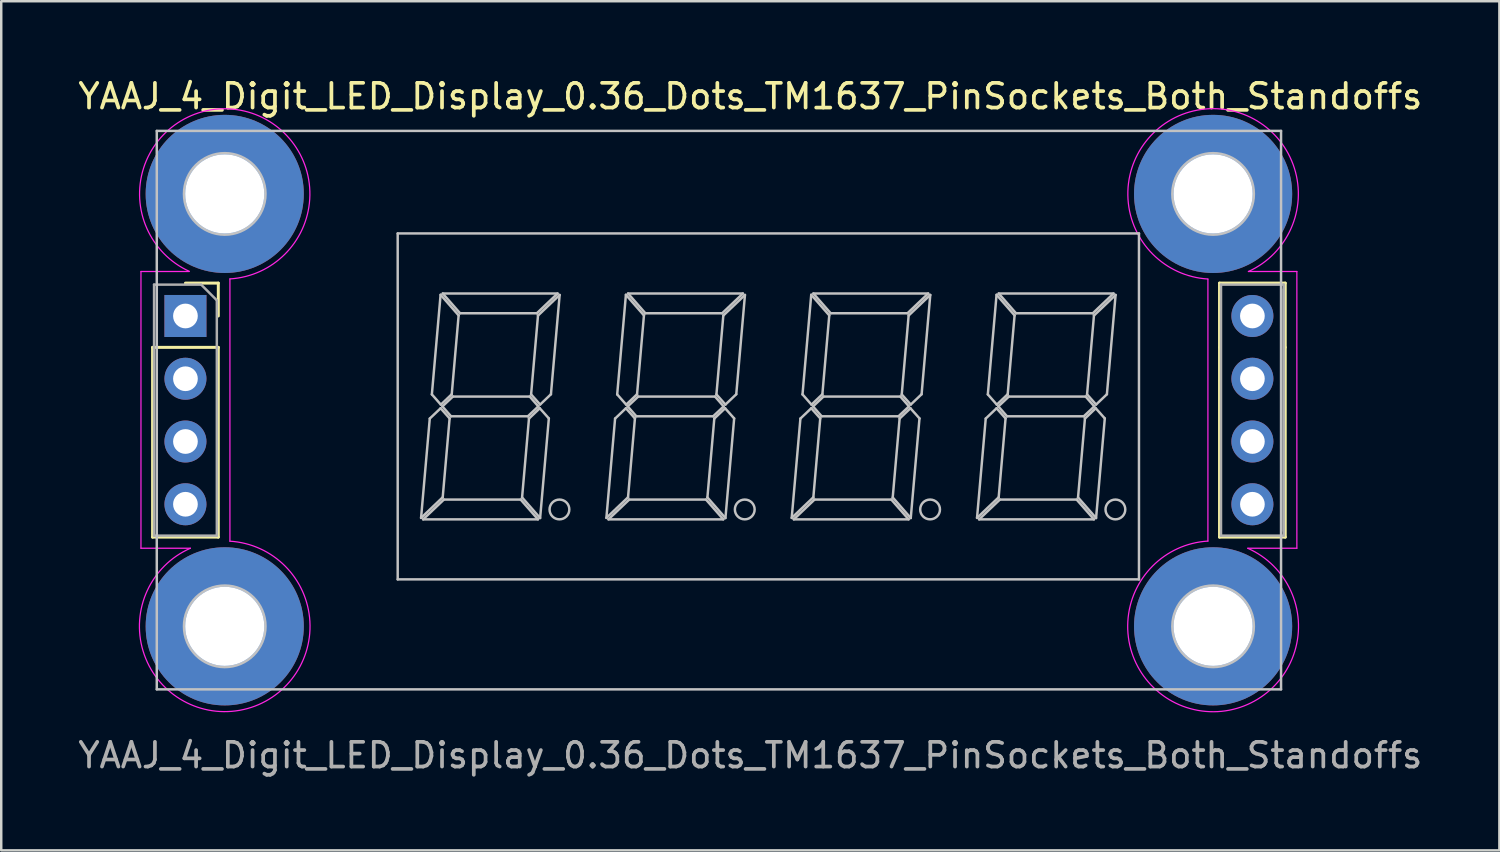
<source format=kicad_pcb>
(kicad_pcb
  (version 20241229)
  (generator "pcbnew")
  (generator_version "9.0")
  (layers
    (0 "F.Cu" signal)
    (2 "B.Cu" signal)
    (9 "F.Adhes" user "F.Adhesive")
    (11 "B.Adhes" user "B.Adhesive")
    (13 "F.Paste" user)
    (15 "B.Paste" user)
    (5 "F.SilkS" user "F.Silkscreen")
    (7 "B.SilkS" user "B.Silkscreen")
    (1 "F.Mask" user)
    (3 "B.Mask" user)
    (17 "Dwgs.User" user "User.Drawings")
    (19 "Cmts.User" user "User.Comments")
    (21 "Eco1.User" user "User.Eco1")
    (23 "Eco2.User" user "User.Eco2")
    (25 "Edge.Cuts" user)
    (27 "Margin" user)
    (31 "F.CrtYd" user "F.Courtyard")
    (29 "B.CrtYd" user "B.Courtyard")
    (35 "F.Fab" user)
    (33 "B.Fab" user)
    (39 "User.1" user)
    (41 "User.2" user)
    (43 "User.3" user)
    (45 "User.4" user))
  (footprint "YAAJ_4_Digit_LED_Display_0.36_Dots_TM1637_PinSockets_Both_Standoffs"
    (layer "F.Cu")
    (at 4.455 9.738)
    (property "Reference" "YAAJ_4_Digit_LED_Display_0.36_Dots_TM1637_PinSockets_Both_Standoffs" (at 22.86 -8.89 0) (layer "F.SilkS") (effects (font (size 1 1) (thickness 0.15))))
    (attr through_hole)
    (fp_line (start -1.33 1.27) (end -1.33 8.95) (stroke (width 0.12) (type solid)) (layer "F.SilkS"))
    (fp_line (start -1.33 1.27) (end 1.33 1.27) (stroke (width 0.12) (type solid)) (layer "F.SilkS"))
    (fp_line (start -1.33 8.95) (end 1.33 8.95) (stroke (width 0.12) (type solid)) (layer "F.SilkS"))
    (fp_line (start 0 -1.33) (end 1.33 -1.33) (stroke (width 0.12) (type solid)) (layer "F.SilkS"))
    (fp_line (start 1.33 -1.33) (end 1.33 0) (stroke (width 0.12) (type solid)) (layer "F.SilkS"))
    (fp_line (start 1.33 1.27) (end 1.33 8.95) (stroke (width 0.12) (type solid)) (layer "F.SilkS"))
    (fp_line (start 41.85 -1.33) (end 44.51 -1.33) (stroke (width 0.12) (type solid)) (layer "F.SilkS"))
    (fp_line (start 41.85 1.27) (end 41.85 -1.33) (stroke (width 0.12) (type solid)) (layer "F.SilkS"))
    (fp_line (start 41.85 1.27) (end 41.85 8.95) (stroke (width 0.12) (type solid)) (layer "F.SilkS"))
    (fp_line (start 41.85 8.95) (end 44.51 8.95) (stroke (width 0.12) (type solid)) (layer "F.SilkS"))
    (fp_line (start 44.51 1.27) (end 44.51 -1.33) (stroke (width 0.12) (type solid)) (layer "F.SilkS"))
    (fp_line (start 44.51 1.27) (end 44.51 8.95) (stroke (width 0.12) (type solid)) (layer "F.SilkS"))
    (fp_line (start -1.16 -7.49) (end -1.16 15.11) (stroke (width 0.1) (type solid)) (layer "Dwgs.User"))
    (fp_line (start -1.16 15.11) (end 44.34 15.11) (stroke (width 0.1) (type solid)) (layer "Dwgs.User"))
    (fp_line (start 8.59 -3.34) (end 8.59 10.66) (stroke (width 0.1) (type solid)) (layer "Dwgs.User"))
    (fp_line (start 8.59 10.66) (end 38.59 10.66) (stroke (width 0.1) (type solid)) (layer "Dwgs.User"))
    (fp_line (start 9.536 8.172) (end 10.412 7.338) (stroke (width 0.1) (type solid)) (layer "Dwgs.User"))
    (fp_line (start 9.62 8.23) (end 14.267 8.23) (stroke (width 0.1) (type solid)) (layer "Dwgs.User"))
    (fp_line (start 9.888 4.152) (end 9.536 8.172) (stroke (width 0.1) (type solid)) (layer "Dwgs.User"))
    (fp_line (start 9.973 3.174) (end 10.336 3.588) (stroke (width 0.1) (type solid)) (layer "Dwgs.User"))
    (fp_line (start 10.326 3.735) (end 9.888 4.152) (stroke (width 0.1) (type solid)) (layer "Dwgs.User"))
    (fp_line (start 10.326 -0.858) (end 9.973 3.174) (stroke (width 0.1) (type solid)) (layer "Dwgs.User"))
    (fp_line (start 10.336 3.588) (end 10.777 3.168) (stroke (width 0.1) (type solid)) (layer "Dwgs.User"))
    (fp_line (start 10.399 3.66) (end 10.749 4.06) (stroke (width 0.1) (type solid)) (layer "Dwgs.User"))
    (fp_line (start 10.412 7.338) (end 10.691 4.146) (stroke (width 0.1) (type solid)) (layer "Dwgs.User"))
    (fp_line (start 10.413 -0.91) (end 11.114 -0.11) (stroke (width 0.1) (type solid)) (layer "Dwgs.User"))
    (fp_line (start 10.46 7.43) (end 9.62 8.23) (stroke (width 0.1) (type solid)) (layer "Dwgs.User"))
    (fp_line (start 10.691 4.146) (end 10.326 3.735) (stroke (width 0.1) (type solid)) (layer "Dwgs.User"))
    (fp_line (start 10.749 4.06) (end 13.855 4.06) (stroke (width 0.1) (type solid)) (layer "Dwgs.User"))
    (fp_line (start 10.777 3.168) (end 11.056 -0.024) (stroke (width 0.1) (type solid)) (layer "Dwgs.User"))
    (fp_line (start 10.825 3.26) (end 10.399 3.66) (stroke (width 0.1) (type solid)) (layer "Dwgs.User"))
    (fp_line (start 11.056 -0.024) (end 10.326 -0.858) (stroke (width 0.1) (type solid)) (layer "Dwgs.User"))
    (fp_line (start 11.114 -0.11) (end 14.22 -0.11) (stroke (width 0.1) (type solid)) (layer "Dwgs.User"))
    (fp_line (start 13.566 7.43) (end 10.46 7.43) (stroke (width 0.1) (type solid)) (layer "Dwgs.User"))
    (fp_line (start 13.624 7.344) (end 14.354 8.178) (stroke (width 0.1) (type solid)) (layer "Dwgs.User"))
    (fp_line (start 13.855 4.06) (end 14.281 3.66) (stroke (width 0.1) (type solid)) (layer "Dwgs.User"))
    (fp_line (start 13.903 4.152) (end 13.624 7.344) (stroke (width 0.1) (type solid)) (layer "Dwgs.User"))
    (fp_line (start 13.931 3.26) (end 10.825 3.26) (stroke (width 0.1) (type solid)) (layer "Dwgs.User"))
    (fp_line (start 13.989 3.174) (end 14.354 3.585) (stroke (width 0.1) (type solid)) (layer "Dwgs.User"))
    (fp_line (start 14.22 -0.11) (end 15.06 -0.91) (stroke (width 0.1) (type solid)) (layer "Dwgs.User"))
    (fp_line (start 14.267 8.23) (end 13.566 7.43) (stroke (width 0.1) (type solid)) (layer "Dwgs.User"))
    (fp_line (start 14.268 -0.018) (end 13.989 3.174) (stroke (width 0.1) (type solid)) (layer "Dwgs.User"))
    (fp_line (start 14.281 3.66) (end 13.931 3.26) (stroke (width 0.1) (type solid)) (layer "Dwgs.User"))
    (fp_line (start 14.341 3.735) (end 13.903 4.152) (stroke (width 0.1) (type solid)) (layer "Dwgs.User"))
    (fp_line (start 14.354 8.178) (end 14.707 4.146) (stroke (width 0.1) (type solid)) (layer "Dwgs.User"))
    (fp_line (start 14.354 3.585) (end 14.792 3.168) (stroke (width 0.1) (type solid)) (layer "Dwgs.User"))
    (fp_line (start 14.707 4.146) (end 14.341 3.735) (stroke (width 0.1) (type solid)) (layer "Dwgs.User"))
    (fp_line (start 14.792 3.168) (end 15.144 -0.852) (stroke (width 0.1) (type solid)) (layer "Dwgs.User"))
    (fp_line (start 15.06 -0.91) (end 10.413 -0.91) (stroke (width 0.1) (type solid)) (layer "Dwgs.User"))
    (fp_line (start 15.144 -0.852) (end 14.268 -0.018) (stroke (width 0.1) (type solid)) (layer "Dwgs.User"))
    (fp_line (start 17.036 8.172) (end 17.912 7.338) (stroke (width 0.1) (type solid)) (layer "Dwgs.User"))
    (fp_line (start 17.12 8.23) (end 21.767 8.23) (stroke (width 0.1) (type solid)) (layer "Dwgs.User"))
    (fp_line (start 17.388 4.152) (end 17.036 8.172) (stroke (width 0.1) (type solid)) (layer "Dwgs.User"))
    (fp_line (start 17.473 3.174) (end 17.836 3.588) (stroke (width 0.1) (type solid)) (layer "Dwgs.User"))
    (fp_line (start 17.826 3.735) (end 17.388 4.152) (stroke (width 0.1) (type solid)) (layer "Dwgs.User"))
    (fp_line (start 17.826 -0.858) (end 17.473 3.174) (stroke (width 0.1) (type solid)) (layer "Dwgs.User"))
    (fp_line (start 17.836 3.588) (end 18.277 3.168) (stroke (width 0.1) (type solid)) (layer "Dwgs.User"))
    (fp_line (start 17.899 3.66) (end 18.249 4.06) (stroke (width 0.1) (type solid)) (layer "Dwgs.User"))
    (fp_line (start 17.912 7.338) (end 18.191 4.146) (stroke (width 0.1) (type solid)) (layer "Dwgs.User"))
    (fp_line (start 17.913 -0.91) (end 18.614 -0.11) (stroke (width 0.1) (type solid)) (layer "Dwgs.User"))
    (fp_line (start 17.96 7.43) (end 17.12 8.23) (stroke (width 0.1) (type solid)) (layer "Dwgs.User"))
    (fp_line (start 18.191 4.146) (end 17.826 3.735) (stroke (width 0.1) (type solid)) (layer "Dwgs.User"))
    (fp_line (start 18.249 4.06) (end 21.355 4.06) (stroke (width 0.1) (type solid)) (layer "Dwgs.User"))
    (fp_line (start 18.277 3.168) (end 18.556 -0.024) (stroke (width 0.1) (type solid)) (layer "Dwgs.User"))
    (fp_line (start 18.325 3.26) (end 17.899 3.66) (stroke (width 0.1) (type solid)) (layer "Dwgs.User"))
    (fp_line (start 18.556 -0.024) (end 17.826 -0.858) (stroke (width 0.1) (type solid)) (layer "Dwgs.User"))
    (fp_line (start 18.614 -0.11) (end 21.72 -0.11) (stroke (width 0.1) (type solid)) (layer "Dwgs.User"))
    (fp_line (start 21.066 7.43) (end 17.96 7.43) (stroke (width 0.1) (type solid)) (layer "Dwgs.User"))
    (fp_line (start 21.124 7.344) (end 21.854 8.178) (stroke (width 0.1) (type solid)) (layer "Dwgs.User"))
    (fp_line (start 21.355 4.06) (end 21.781 3.66) (stroke (width 0.1) (type solid)) (layer "Dwgs.User"))
    (fp_line (start 21.403 4.152) (end 21.124 7.344) (stroke (width 0.1) (type solid)) (layer "Dwgs.User"))
    (fp_line (start 21.431 3.26) (end 18.325 3.26) (stroke (width 0.1) (type solid)) (layer "Dwgs.User"))
    (fp_line (start 21.489 3.174) (end 21.854 3.585) (stroke (width 0.1) (type solid)) (layer "Dwgs.User"))
    (fp_line (start 21.72 -0.11) (end 22.56 -0.91) (stroke (width 0.1) (type solid)) (layer "Dwgs.User"))
    (fp_line (start 21.767 8.23) (end 21.066 7.43) (stroke (width 0.1) (type solid)) (layer "Dwgs.User"))
    (fp_line (start 21.768 -0.018) (end 21.489 3.174) (stroke (width 0.1) (type solid)) (layer "Dwgs.User"))
    (fp_line (start 21.781 3.66) (end 21.431 3.26) (stroke (width 0.1) (type solid)) (layer "Dwgs.User"))
    (fp_line (start 21.841 3.735) (end 21.403 4.152) (stroke (width 0.1) (type solid)) (layer "Dwgs.User"))
    (fp_line (start 21.854 8.178) (end 22.207 4.146) (stroke (width 0.1) (type solid)) (layer "Dwgs.User"))
    (fp_line (start 21.854 3.585) (end 22.292 3.168) (stroke (width 0.1) (type solid)) (layer "Dwgs.User"))
    (fp_line (start 22.207 4.146) (end 21.841 3.735) (stroke (width 0.1) (type solid)) (layer "Dwgs.User"))
    (fp_line (start 22.292 3.168) (end 22.644 -0.852) (stroke (width 0.1) (type solid)) (layer "Dwgs.User"))
    (fp_line (start 22.56 -0.91) (end 17.913 -0.91) (stroke (width 0.1) (type solid)) (layer "Dwgs.User"))
    (fp_line (start 22.644 -0.852) (end 21.768 -0.018) (stroke (width 0.1) (type solid)) (layer "Dwgs.User"))
    (fp_line (start 24.536 8.172) (end 25.412 7.338) (stroke (width 0.1) (type solid)) (layer "Dwgs.User"))
    (fp_line (start 24.62 8.23) (end 29.267 8.23) (stroke (width 0.1) (type solid)) (layer "Dwgs.User"))
    (fp_line (start 24.888 4.152) (end 24.536 8.172) (stroke (width 0.1) (type solid)) (layer "Dwgs.User"))
    (fp_line (start 24.973 3.174) (end 25.336 3.588) (stroke (width 0.1) (type solid)) (layer "Dwgs.User"))
    (fp_line (start 25.326 3.735) (end 24.888 4.152) (stroke (width 0.1) (type solid)) (layer "Dwgs.User"))
    (fp_line (start 25.326 -0.858) (end 24.973 3.174) (stroke (width 0.1) (type solid)) (layer "Dwgs.User"))
    (fp_line (start 25.336 3.588) (end 25.777 3.168) (stroke (width 0.1) (type solid)) (layer "Dwgs.User"))
    (fp_line (start 25.399 3.66) (end 25.749 4.06) (stroke (width 0.1) (type solid)) (layer "Dwgs.User"))
    (fp_line (start 25.412 7.338) (end 25.691 4.146) (stroke (width 0.1) (type solid)) (layer "Dwgs.User"))
    (fp_line (start 25.413 -0.91) (end 26.114 -0.11) (stroke (width 0.1) (type solid)) (layer "Dwgs.User"))
    (fp_line (start 25.46 7.43) (end 24.62 8.23) (stroke (width 0.1) (type solid)) (layer "Dwgs.User"))
    (fp_line (start 25.691 4.146) (end 25.326 3.735) (stroke (width 0.1) (type solid)) (layer "Dwgs.User"))
    (fp_line (start 25.749 4.06) (end 28.855 4.06) (stroke (width 0.1) (type solid)) (layer "Dwgs.User"))
    (fp_line (start 25.777 3.168) (end 26.056 -0.024) (stroke (width 0.1) (type solid)) (layer "Dwgs.User"))
    (fp_line (start 25.825 3.26) (end 25.399 3.66) (stroke (width 0.1) (type solid)) (layer "Dwgs.User"))
    (fp_line (start 26.056 -0.024) (end 25.326 -0.858) (stroke (width 0.1) (type solid)) (layer "Dwgs.User"))
    (fp_line (start 26.114 -0.11) (end 29.22 -0.11) (stroke (width 0.1) (type solid)) (layer "Dwgs.User"))
    (fp_line (start 28.566 7.43) (end 25.46 7.43) (stroke (width 0.1) (type solid)) (layer "Dwgs.User"))
    (fp_line (start 28.624 7.344) (end 29.354 8.178) (stroke (width 0.1) (type solid)) (layer "Dwgs.User"))
    (fp_line (start 28.855 4.06) (end 29.281 3.66) (stroke (width 0.1) (type solid)) (layer "Dwgs.User"))
    (fp_line (start 28.903 4.152) (end 28.624 7.344) (stroke (width 0.1) (type solid)) (layer "Dwgs.User"))
    (fp_line (start 28.931 3.26) (end 25.825 3.26) (stroke (width 0.1) (type solid)) (layer "Dwgs.User"))
    (fp_line (start 28.989 3.174) (end 29.354 3.585) (stroke (width 0.1) (type solid)) (layer "Dwgs.User"))
    (fp_line (start 29.22 -0.11) (end 30.06 -0.91) (stroke (width 0.1) (type solid)) (layer "Dwgs.User"))
    (fp_line (start 29.267 8.23) (end 28.566 7.43) (stroke (width 0.1) (type solid)) (layer "Dwgs.User"))
    (fp_line (start 29.268 -0.018) (end 28.989 3.174) (stroke (width 0.1) (type solid)) (layer "Dwgs.User"))
    (fp_line (start 29.281 3.66) (end 28.931 3.26) (stroke (width 0.1) (type solid)) (layer "Dwgs.User"))
    (fp_line (start 29.341 3.735) (end 28.903 4.152) (stroke (width 0.1) (type solid)) (layer "Dwgs.User"))
    (fp_line (start 29.354 8.178) (end 29.707 4.146) (stroke (width 0.1) (type solid)) (layer "Dwgs.User"))
    (fp_line (start 29.354 3.585) (end 29.792 3.168) (stroke (width 0.1) (type solid)) (layer "Dwgs.User"))
    (fp_line (start 29.707 4.146) (end 29.341 3.735) (stroke (width 0.1) (type solid)) (layer "Dwgs.User"))
    (fp_line (start 29.792 3.168) (end 30.144 -0.852) (stroke (width 0.1) (type solid)) (layer "Dwgs.User"))
    (fp_line (start 30.06 -0.91) (end 25.413 -0.91) (stroke (width 0.1) (type solid)) (layer "Dwgs.User"))
    (fp_line (start 30.144 -0.852) (end 29.268 -0.018) (stroke (width 0.1) (type solid)) (layer "Dwgs.User"))
    (fp_line (start 32.036 8.172) (end 32.912 7.338) (stroke (width 0.1) (type solid)) (layer "Dwgs.User"))
    (fp_line (start 32.12 8.23) (end 36.767 8.23) (stroke (width 0.1) (type solid)) (layer "Dwgs.User"))
    (fp_line (start 32.388 4.152) (end 32.036 8.172) (stroke (width 0.1) (type solid)) (layer "Dwgs.User"))
    (fp_line (start 32.473 3.174) (end 32.836 3.588) (stroke (width 0.1) (type solid)) (layer "Dwgs.User"))
    (fp_line (start 32.826 3.735) (end 32.388 4.152) (stroke (width 0.1) (type solid)) (layer "Dwgs.User"))
    (fp_line (start 32.826 -0.858) (end 32.473 3.174) (stroke (width 0.1) (type solid)) (layer "Dwgs.User"))
    (fp_line (start 32.836 3.588) (end 33.277 3.168) (stroke (width 0.1) (type solid)) (layer "Dwgs.User"))
    (fp_line (start 32.899 3.66) (end 33.249 4.06) (stroke (width 0.1) (type solid)) (layer "Dwgs.User"))
    (fp_line (start 32.912 7.338) (end 33.191 4.146) (stroke (width 0.1) (type solid)) (layer "Dwgs.User"))
    (fp_line (start 32.913 -0.91) (end 33.614 -0.11) (stroke (width 0.1) (type solid)) (layer "Dwgs.User"))
    (fp_line (start 32.96 7.43) (end 32.12 8.23) (stroke (width 0.1) (type solid)) (layer "Dwgs.User"))
    (fp_line (start 33.191 4.146) (end 32.826 3.735) (stroke (width 0.1) (type solid)) (layer "Dwgs.User"))
    (fp_line (start 33.249 4.06) (end 36.355 4.06) (stroke (width 0.1) (type solid)) (layer "Dwgs.User"))
    (fp_line (start 33.277 3.168) (end 33.556 -0.024) (stroke (width 0.1) (type solid)) (layer "Dwgs.User"))
    (fp_line (start 33.325 3.26) (end 32.899 3.66) (stroke (width 0.1) (type solid)) (layer "Dwgs.User"))
    (fp_line (start 33.556 -0.024) (end 32.826 -0.858) (stroke (width 0.1) (type solid)) (layer "Dwgs.User"))
    (fp_line (start 33.614 -0.11) (end 36.72 -0.11) (stroke (width 0.1) (type solid)) (layer "Dwgs.User"))
    (fp_line (start 36.066 7.43) (end 32.96 7.43) (stroke (width 0.1) (type solid)) (layer "Dwgs.User"))
    (fp_line (start 36.124 7.344) (end 36.854 8.178) (stroke (width 0.1) (type solid)) (layer "Dwgs.User"))
    (fp_line (start 36.355 4.06) (end 36.781 3.66) (stroke (width 0.1) (type solid)) (layer "Dwgs.User"))
    (fp_line (start 36.403 4.152) (end 36.124 7.344) (stroke (width 0.1) (type solid)) (layer "Dwgs.User"))
    (fp_line (start 36.431 3.26) (end 33.325 3.26) (stroke (width 0.1) (type solid)) (layer "Dwgs.User"))
    (fp_line (start 36.489 3.174) (end 36.854 3.585) (stroke (width 0.1) (type solid)) (layer "Dwgs.User"))
    (fp_line (start 36.72 -0.11) (end 37.56 -0.91) (stroke (width 0.1) (type solid)) (layer "Dwgs.User"))
    (fp_line (start 36.767 8.23) (end 36.066 7.43) (stroke (width 0.1) (type solid)) (layer "Dwgs.User"))
    (fp_line (start 36.768 -0.018) (end 36.489 3.174) (stroke (width 0.1) (type solid)) (layer "Dwgs.User"))
    (fp_line (start 36.781 3.66) (end 36.431 3.26) (stroke (width 0.1) (type solid)) (layer "Dwgs.User"))
    (fp_line (start 36.841 3.735) (end 36.403 4.152) (stroke (width 0.1) (type solid)) (layer "Dwgs.User"))
    (fp_line (start 36.854 8.178) (end 37.207 4.146) (stroke (width 0.1) (type solid)) (layer "Dwgs.User"))
    (fp_line (start 36.854 3.585) (end 37.292 3.168) (stroke (width 0.1) (type solid)) (layer "Dwgs.User"))
    (fp_line (start 37.207 4.146) (end 36.841 3.735) (stroke (width 0.1) (type solid)) (layer "Dwgs.User"))
    (fp_line (start 37.292 3.168) (end 37.644 -0.852) (stroke (width 0.1) (type solid)) (layer "Dwgs.User"))
    (fp_line (start 37.56 -0.91) (end 32.913 -0.91) (stroke (width 0.1) (type solid)) (layer "Dwgs.User"))
    (fp_line (start 37.644 -0.852) (end 36.768 -0.018) (stroke (width 0.1) (type solid)) (layer "Dwgs.User"))
    (fp_line (start 38.59 -3.34) (end 8.59 -3.34) (stroke (width 0.1) (type solid)) (layer "Dwgs.User"))
    (fp_line (start 38.59 10.66) (end 38.59 -3.34) (stroke (width 0.1) (type solid)) (layer "Dwgs.User"))
    (fp_line (start 44.34 -7.49) (end -1.16 -7.49) (stroke (width 0.1) (type solid)) (layer "Dwgs.User"))
    (fp_line (start 44.34 15.11) (end 44.34 -7.49) (stroke (width 0.1) (type solid)) (layer "Dwgs.User"))
    (fp_circle (center 1.59 -4.94) (end 3.24 -4.94) (stroke (width 0.1) (type solid)) (fill no) (layer "Dwgs.User"))
    (fp_circle (center 1.59 12.56) (end 3.24 12.56) (stroke (width 0.1) (type solid)) (fill no) (layer "Dwgs.User"))
    (fp_circle (center 15.136 7.83) (end 15.536 7.83) (stroke (width 0.1) (type solid)) (fill no) (layer "Dwgs.User"))
    (fp_circle (center 22.636 7.83) (end 23.036 7.83) (stroke (width 0.1) (type solid)) (fill no) (layer "Dwgs.User"))
    (fp_circle (center 30.136 7.83) (end 30.536 7.83) (stroke (width 0.1) (type solid)) (fill no) (layer "Dwgs.User"))
    (fp_circle (center 37.636 7.83) (end 38.036 7.83) (stroke (width 0.1) (type solid)) (fill no) (layer "Dwgs.User"))
    (fp_circle (center 41.59 -4.94) (end 43.24 -4.94) (stroke (width 0.1) (type solid)) (fill no) (layer "Dwgs.User"))
    (fp_circle (center 41.59 12.56) (end 43.24 12.56) (stroke (width 0.1) (type solid)) (fill no) (layer "Dwgs.User"))
    (fp_line (start -1.8 -1.8) (end -1.8 9.4) (stroke (width 0.05) (type solid)) (layer "F.CrtYd"))
    (fp_line (start -1.8 9.4) (end 0.2 9.4) (stroke (width 0.05) (type solid)) (layer "F.CrtYd"))
    (fp_line (start 0.15 -1.8) (end -1.8 -1.8) (stroke (width 0.05) (type solid)) (layer "F.CrtYd"))
    (fp_line (start 1.8 9.114) (end 1.8 -1.5) (stroke (width 0.05) (type solid)) (layer "F.CrtYd"))
    (fp_line (start 41.38 -1.49) (end 41.38 9.11) (stroke (width 0.05) (type solid)) (layer "F.CrtYd"))
    (fp_line (start 43 9.4) (end 44.98 9.4) (stroke (width 0.05) (type solid)) (layer "F.CrtYd"))
    (fp_line (start 44.98 -1.8) (end 43.02 -1.8) (stroke (width 0.05) (type solid)) (layer "F.CrtYd"))
    (fp_line (start 44.98 9.4) (end 44.98 -1.8) (stroke (width 0.05) (type solid)) (layer "F.CrtYd"))
    (fp_arc (start 0.153351 -1.807311) (mid 2.222279 -8.327908) (end 1.8 -1.5) (stroke (width 0.05) (type solid)) (layer "F.CrtYd"))
    (fp_arc (start 1.799746 9.114175) (mid 2.197185 15.958386) (end 0.2 9.4) (stroke (width 0.05) (type solid)) (layer "F.CrtYd"))
    (fp_arc (start 41.379763 -1.496121) (mid 40.961477 -8.33256) (end 43.02 -1.8) (stroke (width 0.05) (type solid)) (layer "F.CrtYd"))
    (fp_arc (start 42.990059 9.399868) (mid 40.977574 15.961696) (end 41.38 9.11) (stroke (width 0.05) (type solid)) (layer "F.CrtYd"))
    (fp_line (start -1.27 -1.27) (end 0.635 -1.27) (stroke (width 0.1) (type solid)) (layer "F.Fab"))
    (fp_line (start -1.27 8.89) (end -1.27 -1.27) (stroke (width 0.1) (type solid)) (layer "F.Fab"))
    (fp_line (start 0.635 -1.27) (end 1.27 -0.635) (stroke (width 0.1) (type solid)) (layer "F.Fab"))
    (fp_line (start 1.27 -0.635) (end 1.27 8.89) (stroke (width 0.1) (type solid)) (layer "F.Fab"))
    (fp_line (start 1.27 8.89) (end -1.27 8.89) (stroke (width 0.1) (type solid)) (layer "F.Fab"))
    (fp_line (start 41.91 -1.27) (end 44.45 -1.27) (stroke (width 0.1) (type solid)) (layer "F.Fab"))
    (fp_line (start 41.91 8.89) (end 41.91 -1.27) (stroke (width 0.1) (type solid)) (layer "F.Fab"))
    (fp_line (start 44.45 -1.27) (end 44.45 8.89) (stroke (width 0.1) (type solid)) (layer "F.Fab"))
    (fp_line (start 44.45 -1.08) (end 44.45 8.7) (stroke (width 0.1) (type solid)) (layer "F.Fab"))
    (fp_line (start 44.45 8.89) (end 41.91 8.89) (stroke (width 0.1) (type solid)) (layer "F.Fab"))
    (fp_text user "YAAJ_4_Digit_LED_Display_0.36_Dots_TM1637_PinSockets_Both_Standoffs" (at 22.86 17.78 0) (layer "F.Fab") (effects (font (size 1 1) (thickness 0.15))))
    (pad "" thru_hole circle (at 1.59 -4.94) (size 6.4 6.4) (drill 3.2) (layers "*.Cu" "*.Mask"))
    (pad "" thru_hole circle (at 1.59 12.56) (size 6.4 6.4) (drill 3.2) (layers "*.Cu" "*.Mask"))
    (pad "" thru_hole circle (at 41.59 -4.94) (size 6.4 6.4) (drill 3.2) (layers "*.Cu" "*.Mask"))
    (pad "" thru_hole circle (at 41.59 12.56) (size 6.4 6.4) (drill 3.2) (layers "*.Cu" "*.Mask"))
    (pad "1" thru_hole rect (at 0 0) (size 1.7 1.7) (drill 1) (layers "*.Cu" "*.Mask"))
    (pad "2" thru_hole oval (at 0 2.54) (size 1.7 1.7) (drill 1) (layers "*.Cu" "*.Mask"))
    (pad "3" thru_hole oval (at 0 5.08) (size 1.7 1.7) (drill 1) (layers "*.Cu" "*.Mask"))
    (pad "4" thru_hole oval (at 0 7.62) (size 1.7 1.7) (drill 1) (layers "*.Cu" "*.Mask"))
    (pad "5" thru_hole oval (at 43.18 7.62) (size 1.7 1.7) (drill 1) (layers "*.Cu" "*.Mask"))
    (pad "6" thru_hole oval (at 43.18 5.08) (size 1.7 1.7) (drill 1) (layers "*.Cu" "*.Mask"))
    (pad "7" thru_hole oval (at 43.18 2.54) (size 1.7 1.7) (drill 1) (layers "*.Cu" "*.Mask"))
    (pad "8" thru_hole circle (at 43.18 0) (size 1.7 1.7) (drill 1) (layers "*.Cu" "*.Mask")))
  (gr_rect
    (start -3 -3)
    (end 57.631 31.366)
    (stroke (width 0.1) (type default))
    (fill no)
    (layer "Edge.Cuts")))
</source>
